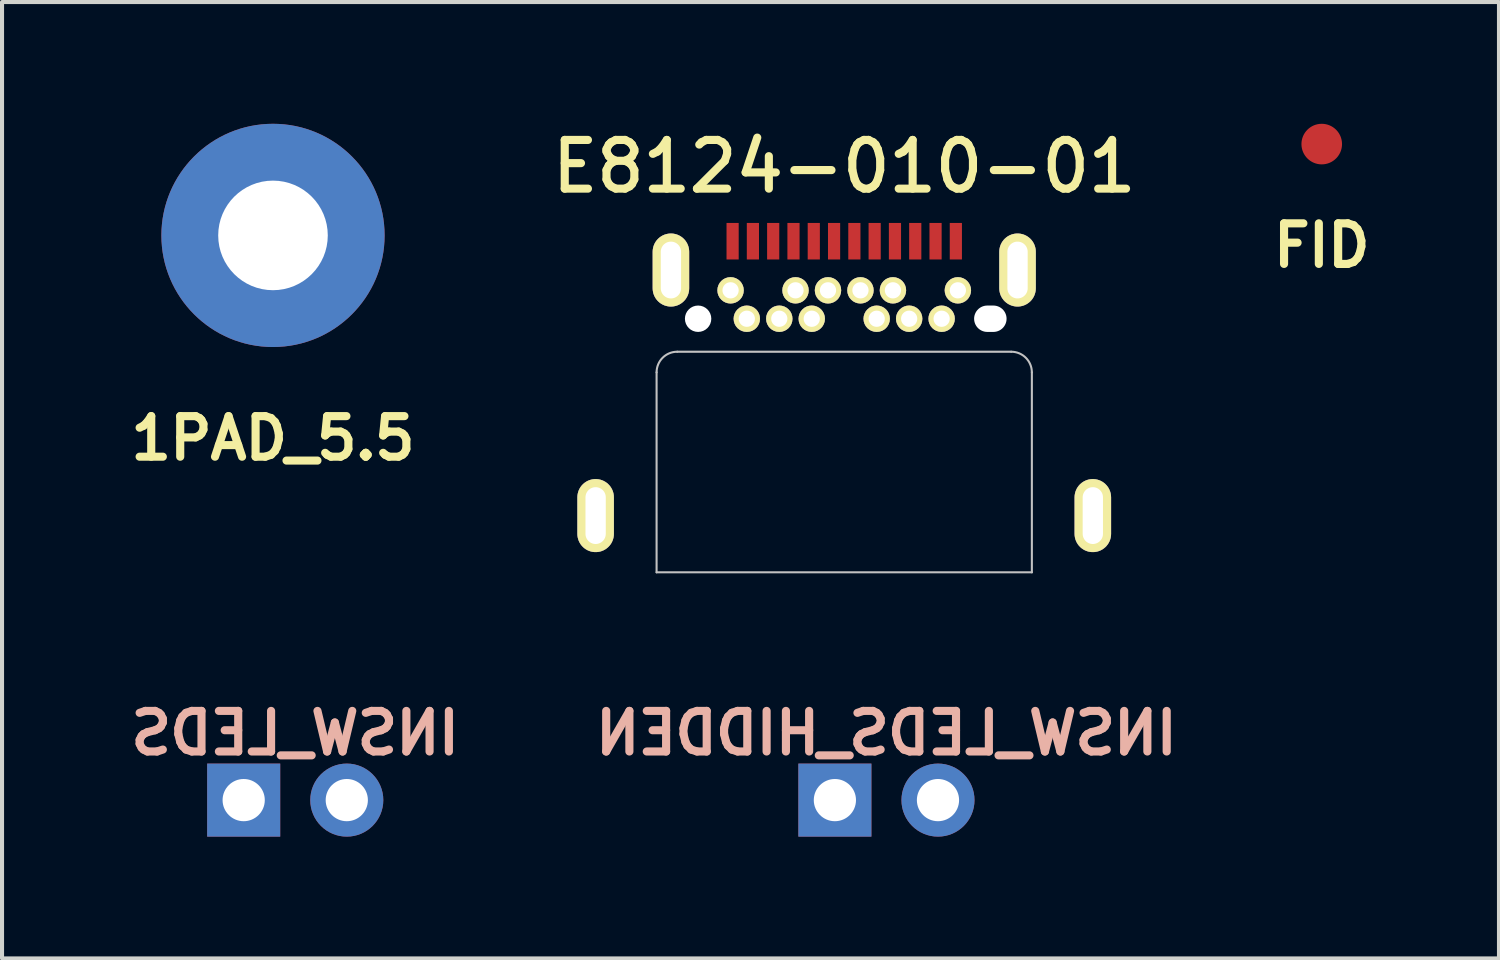
<source format=kicad_pcb>
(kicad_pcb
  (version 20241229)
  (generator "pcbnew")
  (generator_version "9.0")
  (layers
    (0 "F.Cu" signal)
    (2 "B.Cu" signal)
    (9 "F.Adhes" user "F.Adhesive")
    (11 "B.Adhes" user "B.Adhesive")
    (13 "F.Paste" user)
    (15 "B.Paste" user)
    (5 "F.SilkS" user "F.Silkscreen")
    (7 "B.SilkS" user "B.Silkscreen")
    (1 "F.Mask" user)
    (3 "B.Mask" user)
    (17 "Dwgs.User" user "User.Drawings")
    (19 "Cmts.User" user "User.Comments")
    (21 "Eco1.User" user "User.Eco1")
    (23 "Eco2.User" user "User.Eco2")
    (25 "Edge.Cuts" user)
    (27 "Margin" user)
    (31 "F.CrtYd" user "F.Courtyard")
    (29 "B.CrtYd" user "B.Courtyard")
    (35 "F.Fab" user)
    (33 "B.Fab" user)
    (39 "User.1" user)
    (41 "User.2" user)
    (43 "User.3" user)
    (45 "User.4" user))
  (footprint "INSW_LEDS"
    (layer "F.Cu")
    (at 4.224 16.663)
    (property "Reference" "INSW_LEDS" (at 0 -1.65 0) (layer "B.SilkS") (effects (font (size 1 1) (thickness 0.2)) (justify mirror)))
    (attr through_hole)
    (pad "1" thru_hole rect (at -1.27 0) (size 1.8 1.8) (drill 1.04) (layers "*.Cu" "*.Mask"))
    (pad "2" thru_hole circle (at 1.27 0) (size 1.8 1.8) (drill 1.04) (layers "*.Cu" "*.Mask")))
  (footprint "FID"
    (layer "F.Cu")
    (at 29.515 0.5)
    (property "Reference" "FID" (at 0 2.5 0) (layer "F.SilkS") (effects (font (size 1 1) (thickness 0.2))))
    (attr smd)
    (pad "" smd circle (at 0 0) (size 1 1) (layers "F.Cu" "F.Mask")))
  (footprint "1PAD_5.5"
    (layer "F.Cu")
    (at 3.676 2.75)
    (property "Reference" "1PAD_5.5" (at 0 5 0) (layer "F.SilkS") (effects (font (size 1 1) (thickness 0.2))))
    (attr through_hole)
    (pad "1" thru_hole circle (at 0 0) (size 5.5 5.5) (drill 2.7) (layers "*.Cu" "*.Paste" "*.Mask")))
  (footprint "INSW_LEDS_HIDDEN"
    (layer "F.Cu")
    (at 18.79 16.663)
    (property "Reference" "INSW_LEDS_HIDDEN" (at 0 -1.65 0) (layer "B.SilkS") (effects (font (size 1 1) (thickness 0.2)) (justify mirror)))
    (attr through_hole)
    (pad "1" thru_hole rect (at -1.27 0) (size 1.8 1.8) (drill 1.04) (layers "*.Cu" "*.Mask"))
    (pad "2" thru_hole oval (at 1.27 0) (size 1.8 1.8) (drill 1.04) (layers "*.Cu" "*.Mask")))
  (footprint "E8124-010-01"
    (layer "F.Cu")
    (at 17.75 4.803)
    (property "Reference" "E8124-010-01" (at 0 -3.75 0) (layer "F.SilkS") (effects (font (size 1.2 1.2) (thickness 0.2))))
    (attr smd)
    (fp_line (start -7.073 3.2) (end -7.073 5.45) (stroke (width 0.65) (type solid)) (layer "F.Paste"))
    (fp_line (start -7.073 5.45) (end -5.323 5.45) (stroke (width 0.65) (type solid)) (layer "F.Paste"))
    (fp_line (start -6.473 3.2) (end -6.473 5.45) (stroke (width 0.65) (type solid)) (layer "F.Paste"))
    (fp_line (start -5.923 5.45) (end -5.923 3.2) (stroke (width 0.65) (type solid)) (layer "F.Paste"))
    (fp_line (start -5.477 -2.9) (end -5.477 -0.65) (stroke (width 0.65) (type solid)) (layer "F.Paste"))
    (fp_line (start -5.477 -0.65) (end -3.727 -0.65) (stroke (width 0.65) (type solid)) (layer "F.Paste"))
    (fp_line (start -5.323 3.2) (end -7.073 3.2) (stroke (width 0.65) (type solid)) (layer "F.Paste"))
    (fp_line (start -5.323 5.45) (end -5.323 3.2) (stroke (width 0.65) (type solid)) (layer "F.Paste"))
    (fp_line (start -4.877 -2.9) (end -4.877 -0.65) (stroke (width 0.65) (type solid)) (layer "F.Paste"))
    (fp_line (start -4.327 -0.65) (end -4.327 -2.9) (stroke (width 0.65) (type solid)) (layer "F.Paste"))
    (fp_line (start -3.727 -2.9) (end -5.477 -2.9) (stroke (width 0.65) (type solid)) (layer "F.Paste"))
    (fp_line (start -3.727 -0.65) (end -3.727 -2.9) (stroke (width 0.65) (type solid)) (layer "F.Paste"))
    (fp_line (start -2.8 -0.7) (end -2.8 -0.9) (stroke (width 0.65) (type solid)) (layer "F.Paste"))
    (fp_line (start -2.8 -0.7) (end -2.6 -0.7) (stroke (width 0.65) (type solid)) (layer "F.Paste"))
    (fp_line (start -2.8 0.15) (end -2.4 0.15) (stroke (width 0.65) (type solid)) (layer "F.Paste"))
    (fp_line (start -2.4 0) (end -2.4 0.15) (stroke (width 0.65) (type solid)) (layer "F.Paste"))
    (fp_line (start -1.6 0) (end -1.6 0.3) (stroke (width 0.65) (type solid)) (layer "F.Paste"))
    (fp_line (start -1.2 -0.7) (end -1.4 -0.7) (stroke (width 0.65) (type solid)) (layer "F.Paste"))
    (fp_line (start -1.2 -0.7) (end -1.2 -0.9) (stroke (width 0.65) (type solid)) (layer "F.Paste"))
    (fp_line (start -0.8 0) (end -0.8 0.15) (stroke (width 0.65) (type solid)) (layer "F.Paste"))
    (fp_line (start -0.8 0.15) (end -0.4 0.15) (stroke (width 0.65) (type solid)) (layer "F.Paste"))
    (fp_line (start -0.4 -0.7) (end -0.4 -1) (stroke (width 0.65) (type solid)) (layer "F.Paste"))
    (fp_line (start 0.4 -0.7) (end 0.4 -1) (stroke (width 0.65) (type solid)) (layer "F.Paste"))
    (fp_line (start 0.4 0.15) (end 0.8 0.15) (stroke (width 0.65) (type solid)) (layer "F.Paste"))
    (fp_line (start 0.8 0) (end 0.8 0.15) (stroke (width 0.65) (type solid)) (layer "F.Paste"))
    (fp_line (start 1.2 -0.7) (end 1.2 -0.9) (stroke (width 0.65) (type solid)) (layer "F.Paste"))
    (fp_line (start 1.2 -0.7) (end 1.4 -0.7) (stroke (width 0.65) (type solid)) (layer "F.Paste"))
    (fp_line (start 1.6 0) (end 1.6 0.3) (stroke (width 0.65) (type solid)) (layer "F.Paste"))
    (fp_line (start 2.4 0) (end 2.4 0.15) (stroke (width 0.65) (type solid)) (layer "F.Paste"))
    (fp_line (start 2.4 0.15) (end 2.8 0.15) (stroke (width 0.65) (type solid)) (layer "F.Paste"))
    (fp_line (start 2.8 -0.7) (end 2.6 -0.7) (stroke (width 0.65) (type solid)) (layer "F.Paste"))
    (fp_line (start 2.8 -0.7) (end 2.8 -0.9) (stroke (width 0.65) (type solid)) (layer "F.Paste"))
    (fp_line (start 3.723 -2.9) (end 3.723 -0.65) (stroke (width 0.65) (type solid)) (layer "F.Paste"))
    (fp_line (start 3.723 -0.65) (end 5.473 -0.65) (stroke (width 0.65) (type solid)) (layer "F.Paste"))
    (fp_line (start 4.323 -2.9) (end 4.323 -0.65) (stroke (width 0.65) (type solid)) (layer "F.Paste"))
    (fp_line (start 4.873 -0.65) (end 4.873 -2.9) (stroke (width 0.65) (type solid)) (layer "F.Paste"))
    (fp_line (start 5.323 3.2) (end 5.323 5.45) (stroke (width 0.65) (type solid)) (layer "F.Paste"))
    (fp_line (start 5.323 5.45) (end 7.073 5.45) (stroke (width 0.65) (type solid)) (layer "F.Paste"))
    (fp_line (start 5.473 -2.9) (end 3.723 -2.9) (stroke (width 0.65) (type solid)) (layer "F.Paste"))
    (fp_line (start 5.473 -0.65) (end 5.473 -2.9) (stroke (width 0.65) (type solid)) (layer "F.Paste"))
    (fp_line (start 5.923 3.2) (end 5.923 5.45) (stroke (width 0.65) (type solid)) (layer "F.Paste"))
    (fp_line (start 6.473 5.45) (end 6.473 3.2) (stroke (width 0.65) (type solid)) (layer "F.Paste"))
    (fp_line (start 7.073 3.2) (end 5.323 3.2) (stroke (width 0.65) (type solid)) (layer "F.Paste"))
    (fp_line (start 7.073 5.45) (end 7.073 3.2) (stroke (width 0.65) (type solid)) (layer "F.Paste"))
    (fp_line (start -4.623 6.248) (end -4.623 1.321) (stroke (width 0.051) (type solid)) (layer "Dwgs.User"))
    (fp_line (start -4.115 0.813) (end 4.115 0.813) (stroke (width 0.051) (type solid)) (layer "Dwgs.User"))
    (fp_line (start 4.623 1.321) (end 4.623 6.248) (stroke (width 0.051) (type solid)) (layer "Dwgs.User"))
    (fp_line (start 4.623 6.248) (end -4.623 6.248) (stroke (width 0.051) (type solid)) (layer "Dwgs.User"))
    (fp_arc (start -4.6228 1.3208) (mid -4.47401 0.96159) (end -4.1148 0.8128) (stroke (width 0.0508) (type solid)) (layer "Dwgs.User"))
    (fp_arc (start 4.1148 0.8128) (mid 4.47401 0.96159) (end 4.6228 1.3208) (stroke (width 0.0508) (type solid)) (layer "Dwgs.User"))
    (pad "" np_thru_hole circle (at -3.6 0) (size 0.65 0.65) (drill 0.65) (layers "*.Cu" "*.Mask"))
    (pad "" np_thru_hole oval (at 3.6 0) (size 0.8 0.65) (drill oval 0.8 0.65) (layers "*.Cu" "*.Mask"))
    (pad "1" smd rect (at -2.75 -1.91) (size 0.3 0.9) (layers "F.Cu" "F.Mask" "F.Paste"))
    (pad "2" smd rect (at -2.25 -1.91) (size 0.3 0.9) (layers "F.Cu" "F.Mask" "F.Paste"))
    (pad "3" smd rect (at -1.75 -1.91) (size 0.3 0.9) (layers "F.Cu" "F.Mask" "F.Paste"))
    (pad "4" smd rect (at -1.25 -1.91) (size 0.3 0.9) (layers "F.Cu" "F.Mask" "F.Paste"))
    (pad "5" smd rect (at -0.75 -1.91) (size 0.3 0.9) (layers "F.Cu" "F.Mask" "F.Paste"))
    (pad "6" smd rect (at -0.25 -1.91) (size 0.3 0.9) (layers "F.Cu" "F.Mask" "F.Paste"))
    (pad "7" smd rect (at 0.25 -1.91) (size 0.3 0.9) (layers "F.Cu" "F.Mask" "F.Paste"))
    (pad "8" smd rect (at 0.75 -1.91) (size 0.3 0.9) (layers "F.Cu" "F.Mask" "F.Paste"))
    (pad "9" smd rect (at 1.25 -1.91) (size 0.3 0.9) (layers "F.Cu" "F.Mask" "F.Paste"))
    (pad "10" smd rect (at 1.75 -1.91) (size 0.3 0.9) (layers "F.Cu" "F.Mask" "F.Paste"))
    (pad "11" smd rect (at 2.25 -1.91) (size 0.3 0.9) (layers "F.Cu" "F.Mask" "F.Paste"))
    (pad "12" smd rect (at 2.75 -1.91) (size 0.3 0.9) (layers "F.Cu" "F.Mask" "F.Paste"))
    (pad "13" thru_hole circle (at 2.8 -0.7) (size 0.65 0.65) (drill 0.4) (layers "*.Cu" "*.Mask" "F.SilkS"))
    (pad "14" thru_hole circle (at 2.4 0) (size 0.65 0.65) (drill 0.4) (layers "*.Cu" "*.Mask" "F.SilkS"))
    (pad "15" thru_hole circle (at 1.6 0) (size 0.65 0.65) (drill 0.4) (layers "*.Cu" "*.Mask" "F.SilkS"))
    (pad "16" thru_hole circle (at 1.2 -0.7) (size 0.65 0.65) (drill 0.4) (layers "*.Cu" "*.Mask" "F.SilkS"))
    (pad "17" thru_hole circle (at 0.8 0) (size 0.65 0.65) (drill 0.4) (layers "*.Cu" "*.Mask" "F.SilkS"))
    (pad "18" thru_hole circle (at 0.4 -0.7) (size 0.65 0.65) (drill 0.4) (layers "*.Cu" "*.Mask" "F.SilkS"))
    (pad "19" thru_hole circle (at -0.4 -0.7) (size 0.65 0.65) (drill 0.4) (layers "*.Cu" "*.Mask" "F.SilkS"))
    (pad "20" thru_hole circle (at -0.8 0) (size 0.65 0.65) (drill 0.4) (layers "*.Cu" "*.Mask" "F.SilkS"))
    (pad "21" thru_hole circle (at -1.2 -0.7) (size 0.65 0.65) (drill 0.4) (layers "*.Cu" "*.Mask" "F.SilkS"))
    (pad "22" thru_hole circle (at -1.6 0) (size 0.65 0.65) (drill 0.4) (layers "*.Cu" "*.Mask" "F.SilkS"))
    (pad "23" thru_hole circle (at -2.4 0) (size 0.65 0.65) (drill 0.4) (layers "*.Cu" "*.Mask" "F.SilkS"))
    (pad "24" thru_hole circle (at -2.8 -0.7) (size 0.65 0.65) (drill 0.4) (layers "*.Cu" "*.Mask" "F.SilkS"))
    (pad "25" thru_hole oval (at -6.125 4.85) (size 0.9 1.8) (drill oval 0.5 1.4) (layers "*.Cu" "*.Mask" "F.SilkS"))
    (pad "25" thru_hole oval (at -4.27 -1.2) (size 0.9 1.8) (drill oval 0.5 1.4) (layers "*.Cu" "*.Mask" "F.SilkS"))
    (pad "25" thru_hole oval (at 4.27 -1.2) (size 0.9 1.8) (drill oval 0.5 1.4) (layers "*.Cu" "*.Mask" "F.SilkS"))
    (pad "25" thru_hole oval (at 6.125 4.85) (size 0.9 1.8) (drill oval 0.5 1.4) (layers "*.Cu" "*.Mask" "F.SilkS")))
  (gr_rect
    (start -3 -3)
    (end 33.882 20.563)
    (stroke (width 0.1) (type default))
    (fill no)
    (layer "Edge.Cuts")))
</source>
